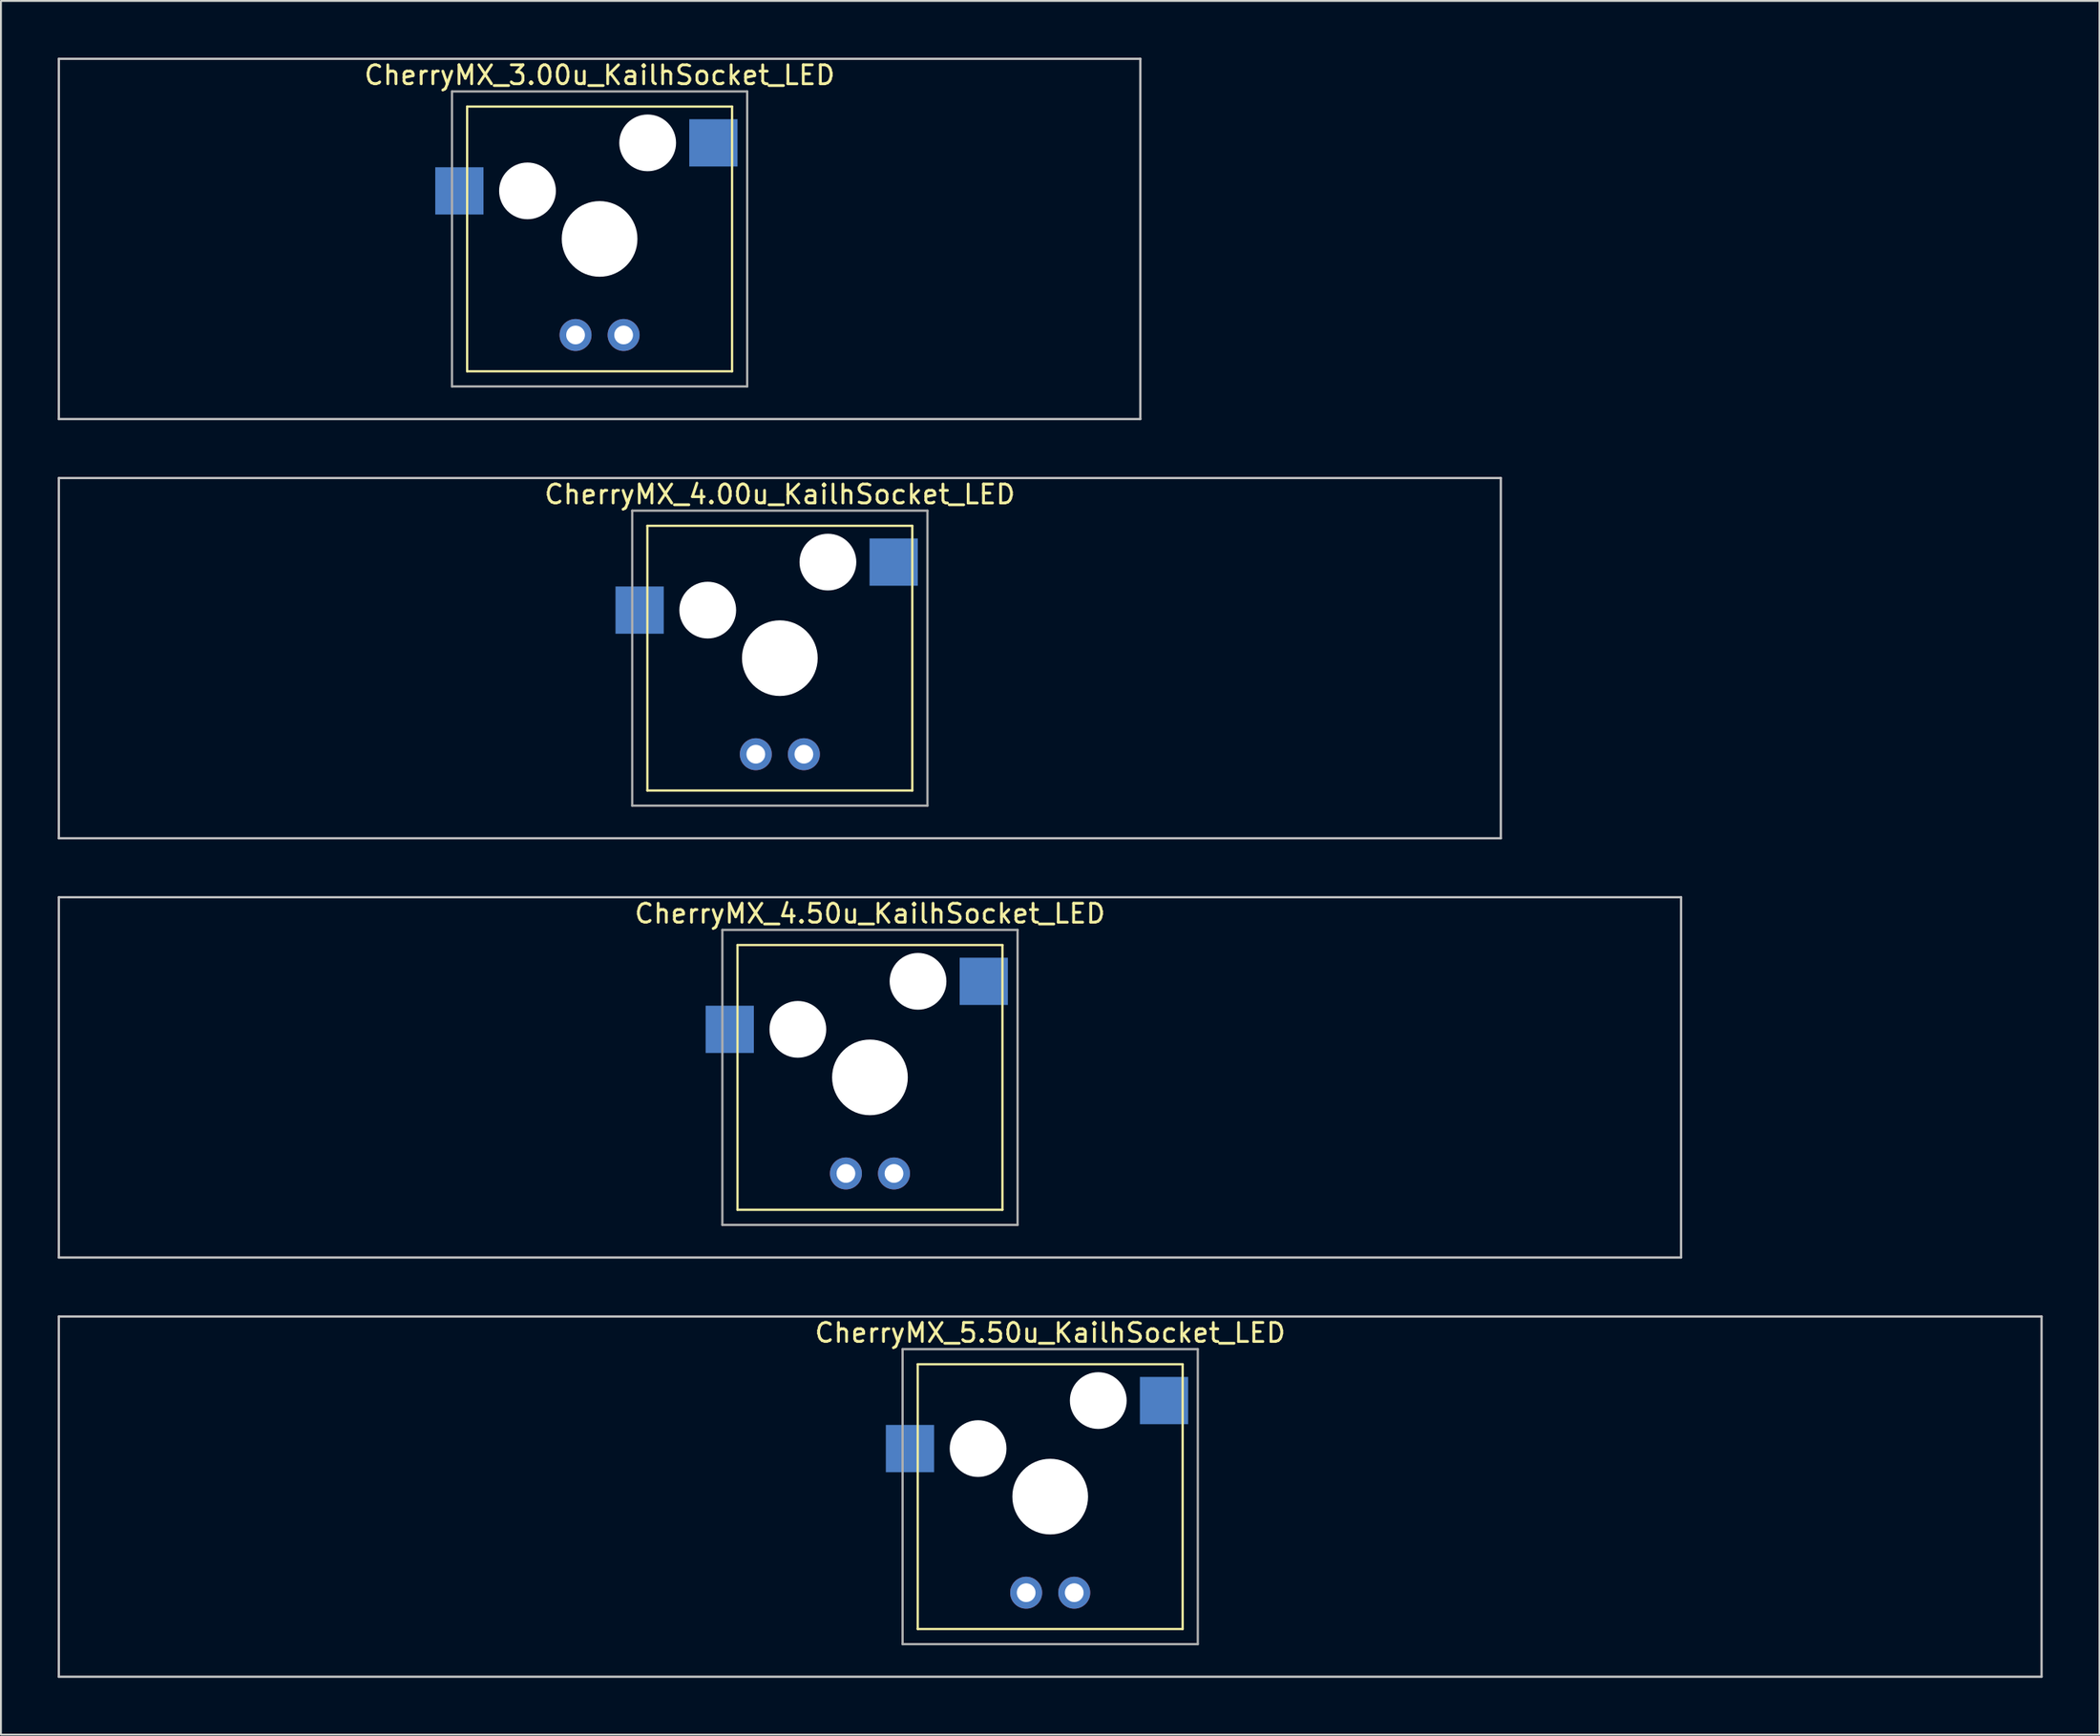
<source format=kicad_pcb>
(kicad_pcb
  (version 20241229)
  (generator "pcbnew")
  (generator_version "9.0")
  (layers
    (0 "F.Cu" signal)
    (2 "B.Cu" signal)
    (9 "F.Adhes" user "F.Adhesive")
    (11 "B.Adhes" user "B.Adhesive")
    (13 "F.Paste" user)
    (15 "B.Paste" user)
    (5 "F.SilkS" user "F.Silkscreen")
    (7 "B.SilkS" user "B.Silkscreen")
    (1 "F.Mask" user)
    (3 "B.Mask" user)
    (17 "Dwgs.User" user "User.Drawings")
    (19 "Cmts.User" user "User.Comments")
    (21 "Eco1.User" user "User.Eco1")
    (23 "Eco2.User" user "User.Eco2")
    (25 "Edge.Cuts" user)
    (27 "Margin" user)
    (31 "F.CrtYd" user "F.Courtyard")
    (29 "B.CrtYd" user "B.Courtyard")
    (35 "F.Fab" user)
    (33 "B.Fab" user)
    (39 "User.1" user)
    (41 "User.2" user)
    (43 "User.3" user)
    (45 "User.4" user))
  (footprint "CherryMX_3.00u_KailhSocket_LED"
    (layer "F.Cu")
    (at 28.635 9.585)
    (property "Reference" "CherryMX_3.00u_KailhSocket_LED" (at 0 -8.662 0) (layer "F.SilkS") (effects (font (size 1 1) (thickness 0.15))))
    (attr through_hole)
    (fp_line (start -7 -7) (end -7 7) (stroke (width 0.12) (type solid)) (layer "F.SilkS"))
    (fp_line (start -7 -7) (end 7 -7) (stroke (width 0.12) (type solid)) (layer "F.SilkS"))
    (fp_line (start 7 -7) (end 7 7) (stroke (width 0.12) (type solid)) (layer "F.SilkS"))
    (fp_line (start 7 7) (end -7 7) (stroke (width 0.12) (type solid)) (layer "F.SilkS"))
    (fp_line (start -28.575 -9.525) (end 28.575 -9.525) (stroke (width 0.12) (type solid)) (layer "Dwgs.User"))
    (fp_line (start -28.575 9.525) (end -28.575 -9.525) (stroke (width 0.12) (type solid)) (layer "Dwgs.User"))
    (fp_line (start 28.575 -9.525) (end 28.575 9.525) (stroke (width 0.12) (type solid)) (layer "Dwgs.User"))
    (fp_line (start 28.575 9.525) (end -28.575 9.525) (stroke (width 0.12) (type solid)) (layer "Dwgs.User"))
    (fp_line (start -7.8 -7.8) (end -7.8 7.8) (stroke (width 0.12) (type solid)) (layer "F.Fab"))
    (fp_line (start -7.8 -7.8) (end 7.8 -7.8) (stroke (width 0.12) (type solid)) (layer "F.Fab"))
    (fp_line (start -7.8 7.8) (end 7.8 7.8) (stroke (width 0.12) (type solid)) (layer "F.Fab"))
    (fp_line (start 7.8 -7.8) (end 7.8 7.8) (stroke (width 0.12) (type solid)) (layer "F.Fab"))
    (pad "" np_thru_hole circle (at -3.81 -2.54) (size 3 3) (drill 3) (layers "*.Cu" "*.Mask"))
    (pad "" np_thru_hole circle (at 0 0) (size 4 4) (drill 4) (layers "*.Cu" "*.Mask"))
    (pad "" np_thru_hole circle (at 2.54 -5.08) (size 3 3) (drill 3) (layers "*.Cu" "*.Mask"))
    (pad "1" smd rect (at -7.41 -2.54) (size 2.55 2.5) (layers "B.Cu" "B.Mask" "B.Paste"))
    (pad "2" smd rect (at 6.015 -5.08) (size 2.55 2.5) (layers "B.Cu" "B.Mask" "B.Paste"))
    (pad "3" thru_hole circle (at -1.27 5.08) (size 1.691 1.691) (drill 0.991) (layers "*.Cu" "*.Mask"))
    (pad "4" thru_hole circle (at 1.27 5.08) (size 1.691 1.691) (drill 0.991) (layers "*.Cu" "*.Mask")))
  (footprint "CherryMX_4.00u_KailhSocket_LED"
    (layer "F.Cu")
    (at 38.16 31.755)
    (property "Reference" "CherryMX_4.00u_KailhSocket_LED" (at 0 -8.662 0) (layer "F.SilkS") (effects (font (size 1 1) (thickness 0.15))))
    (attr through_hole)
    (fp_line (start -7 -7) (end -7 7) (stroke (width 0.12) (type solid)) (layer "F.SilkS"))
    (fp_line (start -7 -7) (end 7 -7) (stroke (width 0.12) (type solid)) (layer "F.SilkS"))
    (fp_line (start 7 -7) (end 7 7) (stroke (width 0.12) (type solid)) (layer "F.SilkS"))
    (fp_line (start 7 7) (end -7 7) (stroke (width 0.12) (type solid)) (layer "F.SilkS"))
    (fp_line (start -38.1 -9.525) (end 38.1 -9.525) (stroke (width 0.12) (type solid)) (layer "Dwgs.User"))
    (fp_line (start -38.1 9.525) (end -38.1 -9.525) (stroke (width 0.12) (type solid)) (layer "Dwgs.User"))
    (fp_line (start 38.1 -9.525) (end 38.1 9.525) (stroke (width 0.12) (type solid)) (layer "Dwgs.User"))
    (fp_line (start 38.1 9.525) (end -38.1 9.525) (stroke (width 0.12) (type solid)) (layer "Dwgs.User"))
    (fp_line (start -7.8 -7.8) (end -7.8 7.8) (stroke (width 0.12) (type solid)) (layer "F.Fab"))
    (fp_line (start -7.8 -7.8) (end 7.8 -7.8) (stroke (width 0.12) (type solid)) (layer "F.Fab"))
    (fp_line (start -7.8 7.8) (end 7.8 7.8) (stroke (width 0.12) (type solid)) (layer "F.Fab"))
    (fp_line (start 7.8 -7.8) (end 7.8 7.8) (stroke (width 0.12) (type solid)) (layer "F.Fab"))
    (pad "" np_thru_hole circle (at -3.81 -2.54) (size 3 3) (drill 3) (layers "*.Cu" "*.Mask"))
    (pad "" np_thru_hole circle (at 0 0) (size 4 4) (drill 4) (layers "*.Cu" "*.Mask"))
    (pad "" np_thru_hole circle (at 2.54 -5.08) (size 3 3) (drill 3) (layers "*.Cu" "*.Mask"))
    (pad "1" smd rect (at -7.41 -2.54) (size 2.55 2.5) (layers "B.Cu" "B.Mask" "B.Paste"))
    (pad "2" smd rect (at 6.015 -5.08) (size 2.55 2.5) (layers "B.Cu" "B.Mask" "B.Paste"))
    (pad "3" thru_hole circle (at -1.27 5.08) (size 1.691 1.691) (drill 0.991) (layers "*.Cu" "*.Mask"))
    (pad "4" thru_hole circle (at 1.27 5.08) (size 1.691 1.691) (drill 0.991) (layers "*.Cu" "*.Mask")))
  (footprint "CherryMX_5.50u_KailhSocket_LED"
    (layer "F.Cu")
    (at 52.447 76.095)
    (property "Reference" "CherryMX_5.50u_KailhSocket_LED" (at 0 -8.662 0) (layer "F.SilkS") (effects (font (size 1 1) (thickness 0.15))))
    (attr through_hole)
    (fp_line (start -7 -7) (end -7 7) (stroke (width 0.12) (type solid)) (layer "F.SilkS"))
    (fp_line (start -7 -7) (end 7 -7) (stroke (width 0.12) (type solid)) (layer "F.SilkS"))
    (fp_line (start 7 -7) (end 7 7) (stroke (width 0.12) (type solid)) (layer "F.SilkS"))
    (fp_line (start 7 7) (end -7 7) (stroke (width 0.12) (type solid)) (layer "F.SilkS"))
    (fp_line (start -52.388 -9.525) (end 52.388 -9.525) (stroke (width 0.12) (type solid)) (layer "Dwgs.User"))
    (fp_line (start -52.388 9.525) (end -52.388 -9.525) (stroke (width 0.12) (type solid)) (layer "Dwgs.User"))
    (fp_line (start 52.388 -9.525) (end 52.388 9.525) (stroke (width 0.12) (type solid)) (layer "Dwgs.User"))
    (fp_line (start 52.388 9.525) (end -52.388 9.525) (stroke (width 0.12) (type solid)) (layer "Dwgs.User"))
    (fp_line (start -7.8 -7.8) (end -7.8 7.8) (stroke (width 0.12) (type solid)) (layer "F.Fab"))
    (fp_line (start -7.8 -7.8) (end 7.8 -7.8) (stroke (width 0.12) (type solid)) (layer "F.Fab"))
    (fp_line (start -7.8 7.8) (end 7.8 7.8) (stroke (width 0.12) (type solid)) (layer "F.Fab"))
    (fp_line (start 7.8 -7.8) (end 7.8 7.8) (stroke (width 0.12) (type solid)) (layer "F.Fab"))
    (pad "" np_thru_hole circle (at -3.81 -2.54) (size 3 3) (drill 3) (layers "*.Cu" "*.Mask"))
    (pad "" np_thru_hole circle (at 0 0) (size 4 4) (drill 4) (layers "*.Cu" "*.Mask"))
    (pad "" np_thru_hole circle (at 2.54 -5.08) (size 3 3) (drill 3) (layers "*.Cu" "*.Mask"))
    (pad "1" smd rect (at -7.41 -2.54) (size 2.55 2.5) (layers "B.Cu" "B.Mask" "B.Paste"))
    (pad "2" smd rect (at 6.015 -5.08) (size 2.55 2.5) (layers "B.Cu" "B.Mask" "B.Paste"))
    (pad "3" thru_hole circle (at -1.27 5.08) (size 1.691 1.691) (drill 0.991) (layers "*.Cu" "*.Mask"))
    (pad "4" thru_hole circle (at 1.27 5.08) (size 1.691 1.691) (drill 0.991) (layers "*.Cu" "*.Mask")))
  (footprint "CherryMX_4.50u_KailhSocket_LED"
    (layer "F.Cu")
    (at 42.922 53.925)
    (property "Reference" "CherryMX_4.50u_KailhSocket_LED" (at 0 -8.662 0) (layer "F.SilkS") (effects (font (size 1 1) (thickness 0.15))))
    (attr through_hole)
    (fp_line (start -7 -7) (end -7 7) (stroke (width 0.12) (type solid)) (layer "F.SilkS"))
    (fp_line (start -7 -7) (end 7 -7) (stroke (width 0.12) (type solid)) (layer "F.SilkS"))
    (fp_line (start 7 -7) (end 7 7) (stroke (width 0.12) (type solid)) (layer "F.SilkS"))
    (fp_line (start 7 7) (end -7 7) (stroke (width 0.12) (type solid)) (layer "F.SilkS"))
    (fp_line (start -42.862 -9.525) (end 42.862 -9.525) (stroke (width 0.12) (type solid)) (layer "Dwgs.User"))
    (fp_line (start -42.862 9.525) (end -42.862 -9.525) (stroke (width 0.12) (type solid)) (layer "Dwgs.User"))
    (fp_line (start 42.862 -9.525) (end 42.862 9.525) (stroke (width 0.12) (type solid)) (layer "Dwgs.User"))
    (fp_line (start 42.862 9.525) (end -42.862 9.525) (stroke (width 0.12) (type solid)) (layer "Dwgs.User"))
    (fp_line (start -7.8 -7.8) (end -7.8 7.8) (stroke (width 0.12) (type solid)) (layer "F.Fab"))
    (fp_line (start -7.8 -7.8) (end 7.8 -7.8) (stroke (width 0.12) (type solid)) (layer "F.Fab"))
    (fp_line (start -7.8 7.8) (end 7.8 7.8) (stroke (width 0.12) (type solid)) (layer "F.Fab"))
    (fp_line (start 7.8 -7.8) (end 7.8 7.8) (stroke (width 0.12) (type solid)) (layer "F.Fab"))
    (pad "" np_thru_hole circle (at -3.81 -2.54) (size 3 3) (drill 3) (layers "*.Cu" "*.Mask"))
    (pad "" np_thru_hole circle (at 0 0) (size 4 4) (drill 4) (layers "*.Cu" "*.Mask"))
    (pad "" np_thru_hole circle (at 2.54 -5.08) (size 3 3) (drill 3) (layers "*.Cu" "*.Mask"))
    (pad "1" smd rect (at -7.41 -2.54) (size 2.55 2.5) (layers "B.Cu" "B.Mask" "B.Paste"))
    (pad "2" smd rect (at 6.015 -5.08) (size 2.55 2.5) (layers "B.Cu" "B.Mask" "B.Paste"))
    (pad "3" thru_hole circle (at -1.27 5.08) (size 1.691 1.691) (drill 0.991) (layers "*.Cu" "*.Mask"))
    (pad "4" thru_hole circle (at 1.27 5.08) (size 1.691 1.691) (drill 0.991) (layers "*.Cu" "*.Mask")))
  (gr_rect
    (start -3 -3)
    (end 107.895 88.68)
    (stroke (width 0.1) (type default))
    (fill no)
    (layer "Edge.Cuts")))
</source>
